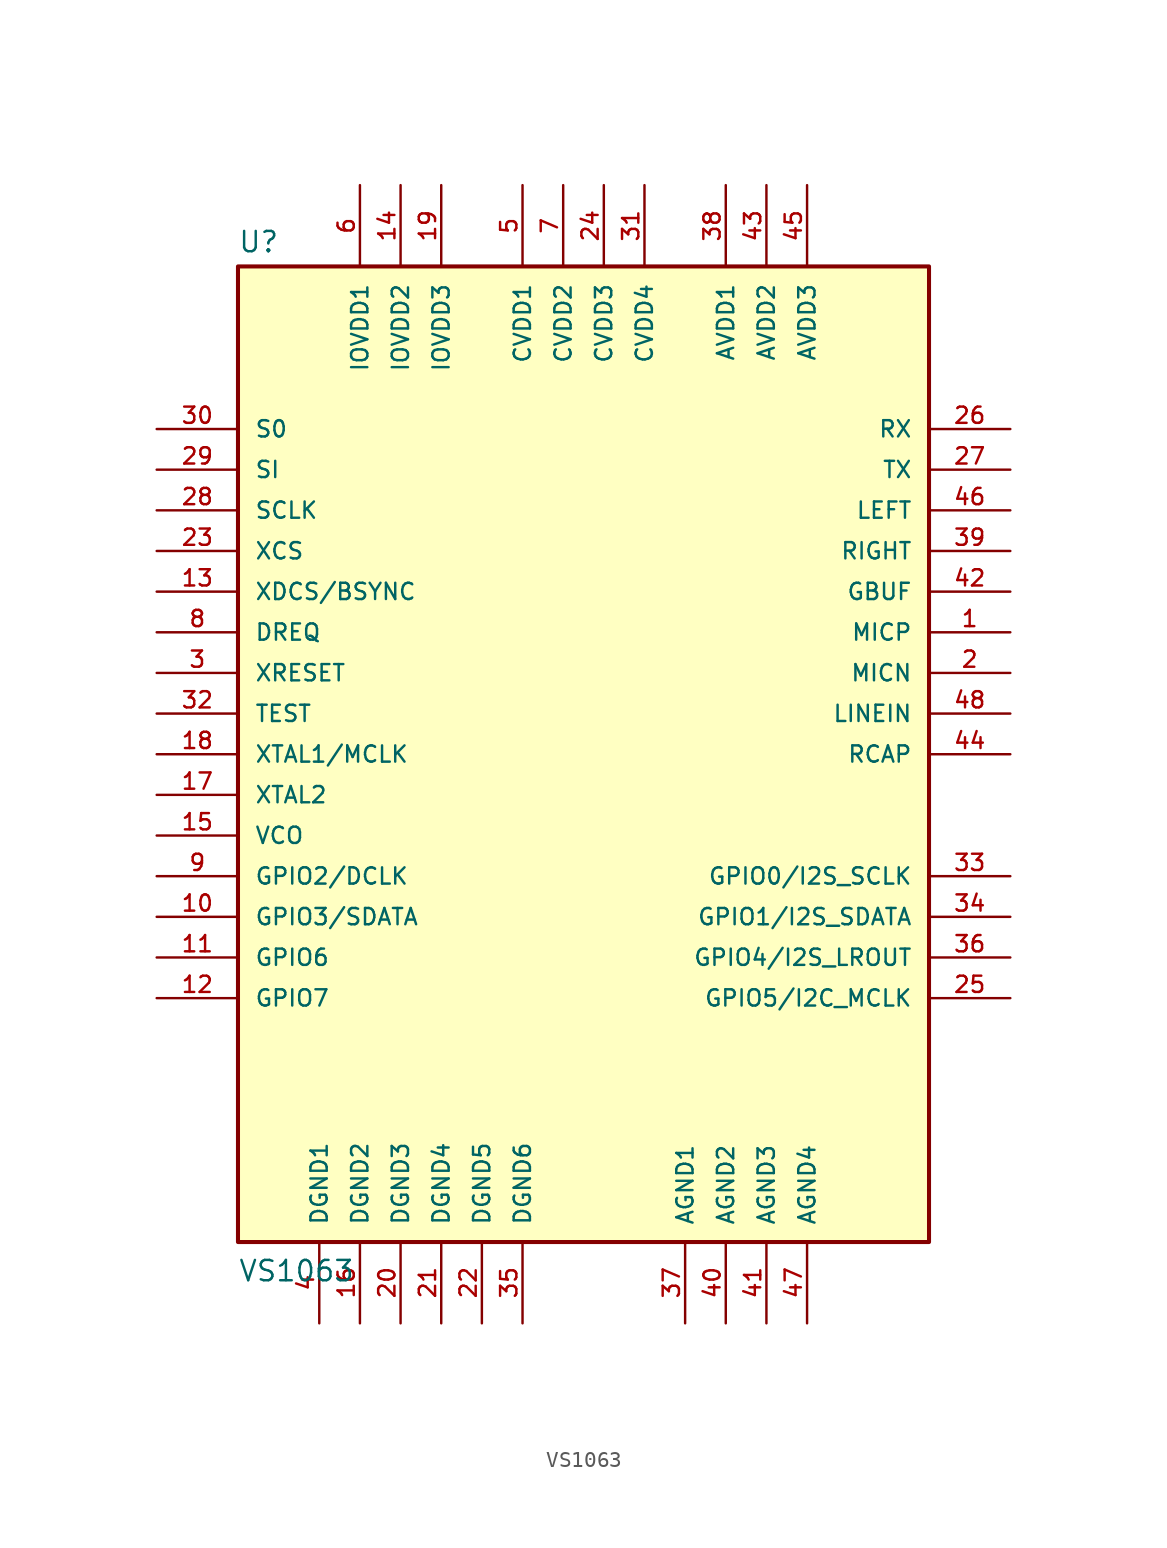
<source format=kicad_sym>
(kicad_symbol_lib
  (version 20211014)
  (generator kicad_symbol_editor)
  (symbol "VS1063"
    (pin_names
      (offset 1.016))
    (property "Reference" "U"
      (at -22.879 31.268 0)
      (effects (font (size 1.27 1.27)) (justify bottom left)))
    (property "Value" "VS1063"
      (at -22.867 -33.03 0)
      (effects (font (size 1.27 1.27)) (justify bottom left)))
    (symbol "VS1063_0_0"
      (rectangle (start -22.86 -30.48) (end 20.32 30.48) (stroke (width 0.254)) (fill (type background)))
      (pin bidirectional line (at -27.94 20.32 0) (length 5.08) (name "S0" (effects (font (size 1.016 1.016)))) (number "30" (effects (font (size 1.016 1.016)))))
      (pin bidirectional line (at -27.94 17.78 0) (length 5.08) (name "SI" (effects (font (size 1.016 1.016)))) (number "29" (effects (font (size 1.016 1.016)))))
      (pin bidirectional line (at -27.94 15.24 0) (length 5.08) (name "SCLK" (effects (font (size 1.016 1.016)))) (number "28" (effects (font (size 1.016 1.016)))))
      (pin bidirectional line (at -27.94 12.7 0) (length 5.08) (name "XCS" (effects (font (size 1.016 1.016)))) (number "23" (effects (font (size 1.016 1.016)))))
      (pin bidirectional line (at -27.94 10.16 0) (length 5.08) (name "XDCS/BSYNC" (effects (font (size 1.016 1.016)))) (number "13" (effects (font (size 1.016 1.016)))))
      (pin bidirectional line (at -27.94 7.62 0) (length 5.08) (name "DREQ" (effects (font (size 1.016 1.016)))) (number "8" (effects (font (size 1.016 1.016)))))
      (pin bidirectional line (at -27.94 5.08 0) (length 5.08) (name "XRESET" (effects (font (size 1.016 1.016)))) (number "3" (effects (font (size 1.016 1.016)))))
      (pin bidirectional line (at -27.94 2.54 0) (length 5.08) (name "TEST" (effects (font (size 1.016 1.016)))) (number "32" (effects (font (size 1.016 1.016)))))
      (pin bidirectional line (at -27.94 0.0 0) (length 5.08) (name "XTAL1/MCLK" (effects (font (size 1.016 1.016)))) (number "18" (effects (font (size 1.016 1.016)))))
      (pin bidirectional line (at -27.94 -2.54 0) (length 5.08) (name "XTAL2" (effects (font (size 1.016 1.016)))) (number "17" (effects (font (size 1.016 1.016)))))
      (pin bidirectional line (at -27.94 -5.08 0) (length 5.08) (name "VCO" (effects (font (size 1.016 1.016)))) (number "15" (effects (font (size 1.016 1.016)))))
      (pin bidirectional line (at 25.4 -7.62 180.0) (length 5.08) (name "GPIO0/I2S_SCLK" (effects (font (size 1.016 1.016)))) (number "33" (effects (font (size 1.016 1.016)))))
      (pin bidirectional line (at 25.4 -10.16 180.0) (length 5.08) (name "GPIO1/I2S_SDATA" (effects (font (size 1.016 1.016)))) (number "34" (effects (font (size 1.016 1.016)))))
      (pin bidirectional line (at -27.94 -7.62 0) (length 5.08) (name "GPIO2/DCLK" (effects (font (size 1.016 1.016)))) (number "9" (effects (font (size 1.016 1.016)))))
      (pin bidirectional line (at -27.94 -10.16 0) (length 5.08) (name "GPIO3/SDATA" (effects (font (size 1.016 1.016)))) (number "10" (effects (font (size 1.016 1.016)))))
      (pin bidirectional line (at 25.4 -12.7 180.0) (length 5.08) (name "GPIO4/I2S_LROUT" (effects (font (size 1.016 1.016)))) (number "36" (effects (font (size 1.016 1.016)))))
      (pin bidirectional line (at 25.4 -15.24 180.0) (length 5.08) (name "GPIO5/I2C_MCLK" (effects (font (size 1.016 1.016)))) (number "25" (effects (font (size 1.016 1.016)))))
      (pin bidirectional line (at -27.94 -12.7 0) (length 5.08) (name "GPIO6" (effects (font (size 1.016 1.016)))) (number "11" (effects (font (size 1.016 1.016)))))
      (pin bidirectional line (at -27.94 -15.24 0) (length 5.08) (name "GPIO7" (effects (font (size 1.016 1.016)))) (number "12" (effects (font (size 1.016 1.016)))))
      (pin bidirectional line (at -15.24 35.56 270.0) (length 5.08) (name "IOVDD1" (effects (font (size 1.016 1.016)))) (number "6" (effects (font (size 1.016 1.016)))))
      (pin bidirectional line (at -12.7 35.56 270.0) (length 5.08) (name "IOVDD2" (effects (font (size 1.016 1.016)))) (number "14" (effects (font (size 1.016 1.016)))))
      (pin bidirectional line (at -10.16 35.56 270.0) (length 5.08) (name "IOVDD3" (effects (font (size 1.016 1.016)))) (number "19" (effects (font (size 1.016 1.016)))))
      (pin bidirectional line (at -5.08 35.56 270.0) (length 5.08) (name "CVDD1" (effects (font (size 1.016 1.016)))) (number "5" (effects (font (size 1.016 1.016)))))
      (pin bidirectional line (at -2.54 35.56 270.0) (length 5.08) (name "CVDD2" (effects (font (size 1.016 1.016)))) (number "7" (effects (font (size 1.016 1.016)))))
      (pin bidirectional line (at 0.0 35.56 270.0) (length 5.08) (name "CVDD3" (effects (font (size 1.016 1.016)))) (number "24" (effects (font (size 1.016 1.016)))))
      (pin bidirectional line (at 7.62 35.56 270.0) (length 5.08) (name "AVDD1" (effects (font (size 1.016 1.016)))) (number "38" (effects (font (size 1.016 1.016)))))
      (pin bidirectional line (at 10.16 35.56 270.0) (length 5.08) (name "AVDD2" (effects (font (size 1.016 1.016)))) (number "43" (effects (font (size 1.016 1.016)))))
      (pin bidirectional line (at 12.7 35.56 270.0) (length 5.08) (name "AVDD3" (effects (font (size 1.016 1.016)))) (number "45" (effects (font (size 1.016 1.016)))))
      (pin bidirectional line (at 25.4 20.32 180.0) (length 5.08) (name "RX" (effects (font (size 1.016 1.016)))) (number "26" (effects (font (size 1.016 1.016)))))
      (pin bidirectional line (at 25.4 17.78 180.0) (length 5.08) (name "TX" (effects (font (size 1.016 1.016)))) (number "27" (effects (font (size 1.016 1.016)))))
      (pin bidirectional line (at 25.4 15.24 180.0) (length 5.08) (name "LEFT" (effects (font (size 1.016 1.016)))) (number "46" (effects (font (size 1.016 1.016)))))
      (pin bidirectional line (at 25.4 12.7 180.0) (length 5.08) (name "RIGHT" (effects (font (size 1.016 1.016)))) (number "39" (effects (font (size 1.016 1.016)))))
      (pin bidirectional line (at 25.4 10.16 180.0) (length 5.08) (name "GBUF" (effects (font (size 1.016 1.016)))) (number "42" (effects (font (size 1.016 1.016)))))
      (pin bidirectional line (at 25.4 7.62 180.0) (length 5.08) (name "MICP" (effects (font (size 1.016 1.016)))) (number "1" (effects (font (size 1.016 1.016)))))
      (pin bidirectional line (at 25.4 5.08 180.0) (length 5.08) (name "MICN" (effects (font (size 1.016 1.016)))) (number "2" (effects (font (size 1.016 1.016)))))
      (pin bidirectional line (at 25.4 2.54 180.0) (length 5.08) (name "LINEIN" (effects (font (size 1.016 1.016)))) (number "48" (effects (font (size 1.016 1.016)))))
      (pin bidirectional line (at 25.4 0.0 180.0) (length 5.08) (name "RCAP" (effects (font (size 1.016 1.016)))) (number "44" (effects (font (size 1.016 1.016)))))
      (pin bidirectional line (at -5.08 -35.56 90.0) (length 5.08) (name "DGND6" (effects (font (size 1.016 1.016)))) (number "35" (effects (font (size 1.016 1.016)))))
      (pin bidirectional line (at -17.78 -35.56 90.0) (length 5.08) (name "DGND1" (effects (font (size 1.016 1.016)))) (number "4" (effects (font (size 1.016 1.016)))))
      (pin bidirectional line (at -15.24 -35.56 90.0) (length 5.08) (name "DGND2" (effects (font (size 1.016 1.016)))) (number "16" (effects (font (size 1.016 1.016)))))
      (pin bidirectional line (at -12.7 -35.56 90.0) (length 5.08) (name "DGND3" (effects (font (size 1.016 1.016)))) (number "20" (effects (font (size 1.016 1.016)))))
      (pin bidirectional line (at -10.16 -35.56 90.0) (length 5.08) (name "DGND4" (effects (font (size 1.016 1.016)))) (number "21" (effects (font (size 1.016 1.016)))))
      (pin bidirectional line (at -7.62 -35.56 90.0) (length 5.08) (name "DGND5" (effects (font (size 1.016 1.016)))) (number "22" (effects (font (size 1.016 1.016)))))
      (pin bidirectional line (at 12.7 -35.56 90.0) (length 5.08) (name "AGND4" (effects (font (size 1.016 1.016)))) (number "47" (effects (font (size 1.016 1.016)))))
      (pin bidirectional line (at 2.54 35.56 270.0) (length 5.08) (name "CVDD4" (effects (font (size 1.016 1.016)))) (number "31" (effects (font (size 1.016 1.016)))))
      (pin bidirectional line (at 5.08 -35.56 90.0) (length 5.08) (name "AGND1" (effects (font (size 1.016 1.016)))) (number "37" (effects (font (size 1.016 1.016)))))
      (pin bidirectional line (at 7.62 -35.56 90.0) (length 5.08) (name "AGND2" (effects (font (size 1.016 1.016)))) (number "40" (effects (font (size 1.016 1.016)))))
      (pin bidirectional line (at 10.16 -35.56 90.0) (length 5.08) (name "AGND3" (effects (font (size 1.016 1.016)))) (number "41" (effects (font (size 1.016 1.016))))))))
</source>
